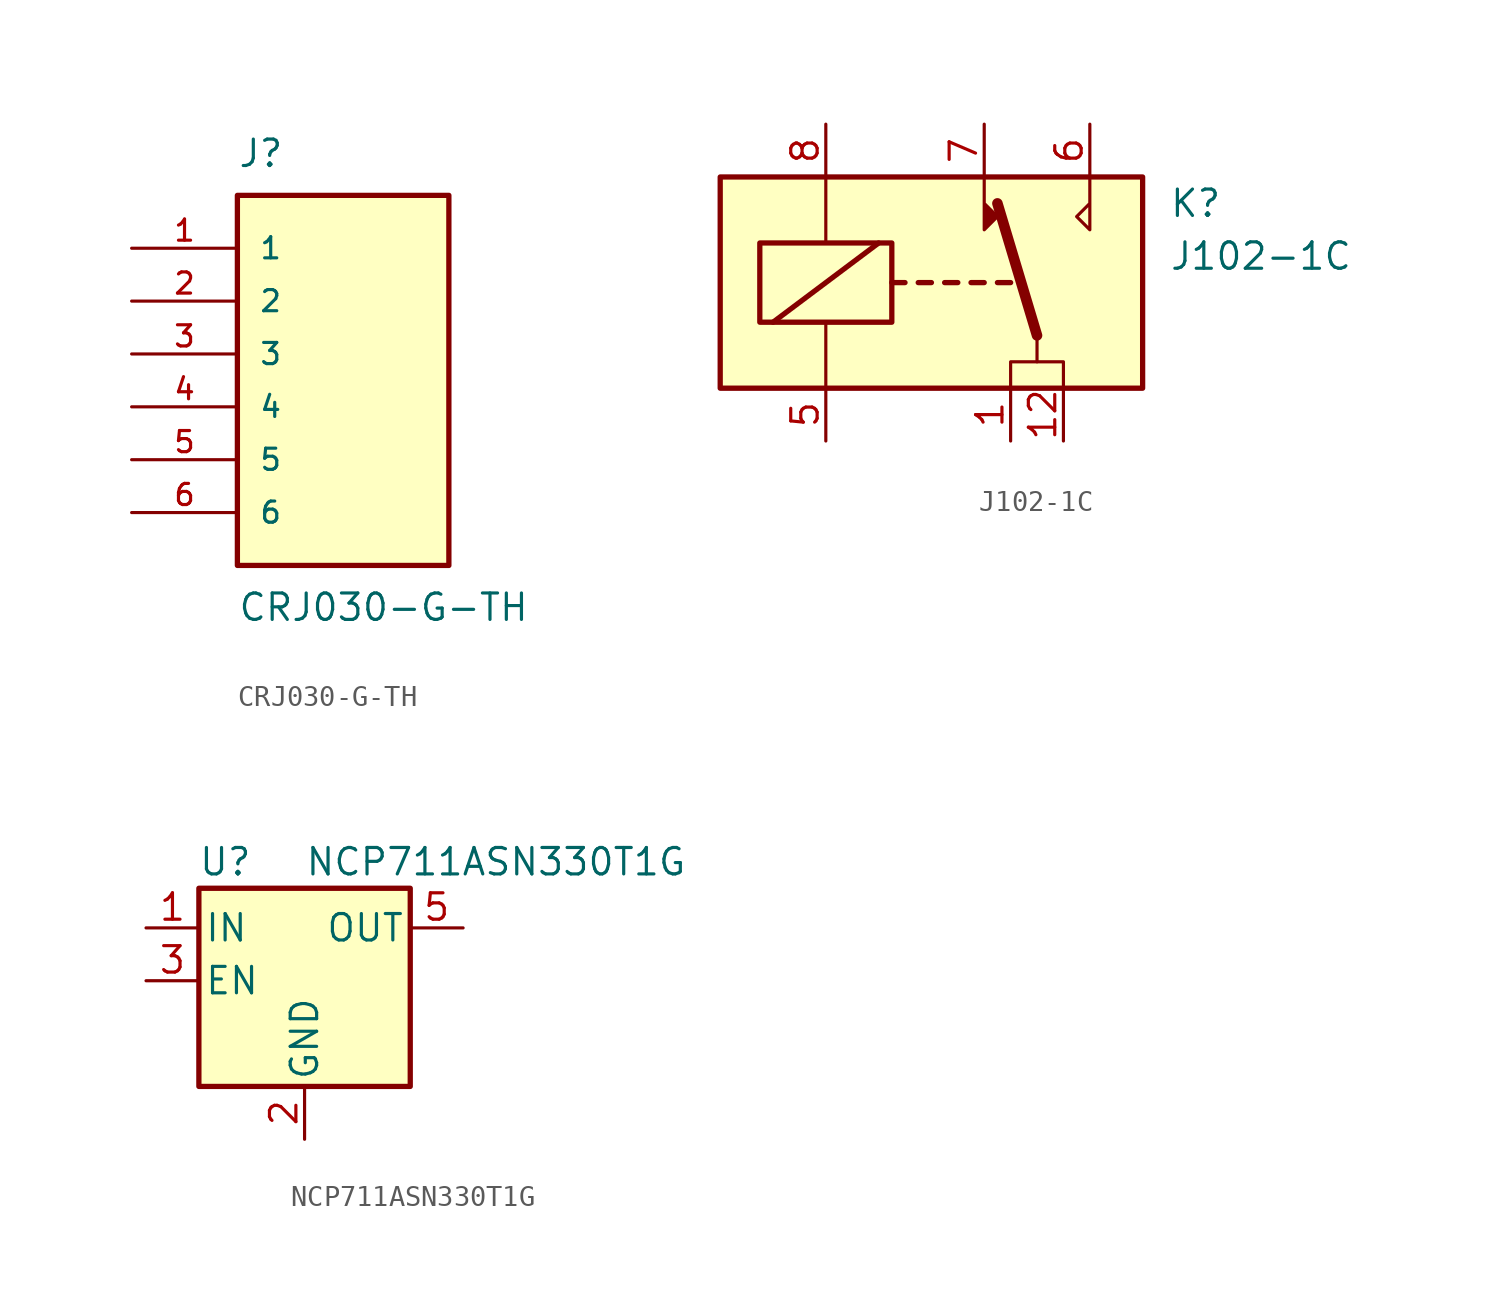
<source format=kicad_sym>
(kicad_symbol_lib
  (version 20231120)
  (generator "kicad_symbol_editor")
  (generator_version "8.0")
  (symbol "CRJ030-G-TH"
    (pin_names
      (offset 1.016))
    (property "Reference" "J"
      (at -5.08 8.89 0)
      (effects (font (size 1.27 1.27)) (justify left bottom)))
    (property "Value" "CRJ030-G-TH"
      (at -5.08 -11.43 0)
      (effects (font (size 1.27 1.27)) (justify left top)))
    (symbol "CRJ030-G-TH_0_0"
      (rectangle (start -5.08 -10.16) (end 5.08 7.62) (stroke (width 0.254) (type default)) (fill (type background)))
      (pin passive line (at -10.16 5.08 0) (length 5.08) (name "1" (effects (font (size 1.016 1.016)))) (number "1" (effects (font (size 1.016 1.016)))))
      (pin passive line (at -10.16 2.54 0) (length 5.08) (name "2" (effects (font (size 1.016 1.016)))) (number "2" (effects (font (size 1.016 1.016)))))
      (pin passive line (at -10.16 0 0) (length 5.08) (name "3" (effects (font (size 1.016 1.016)))) (number "3" (effects (font (size 1.016 1.016)))))
      (pin passive line (at -10.16 -2.54 0) (length 5.08) (name "4" (effects (font (size 1.016 1.016)))) (number "4" (effects (font (size 1.016 1.016)))))
      (pin passive line (at -10.16 -5.08 0) (length 5.08) (name "5" (effects (font (size 1.016 1.016)))) (number "5" (effects (font (size 1.016 1.016)))))
      (pin passive line (at -10.16 -7.62 0) (length 5.08) (name "6" (effects (font (size 1.016 1.016)))) (number "6" (effects (font (size 1.016 1.016)))))))
  (symbol "J102-1C"
    (property "Reference" "K"
      (at 11.43 3.81 0)
      (effects (font (size 1.27 1.27)) (justify left)))
    (property "Value" "J102-1C"
      (at 11.43 1.27 0)
      (effects (font (size 1.27 1.27)) (justify left)))
    (symbol "J102-1C_0_0"
      (polyline (pts (xy 7.62 5.08) (xy 7.62 2.54) (xy 6.985 3.175) (xy 7.62 3.81)) (stroke (width 0) (type default)) (fill (type none))))
    (symbol "J102-1C_0_1"
      (rectangle (start -10.16 5.08) (end 10.16 -5.08) (stroke (width 0.254) (type default)) (fill (type background)))
      (rectangle (start -8.255 1.905) (end -1.905 -1.905) (stroke (width 0.254) (type default)) (fill (type none)))
      (polyline (pts (xy -7.62 -1.905) (xy -2.54 1.905)) (stroke (width 0.254) (type default)) (fill (type none)))
      (polyline (pts (xy -5.08 -5.08) (xy -5.08 -1.905)) (stroke (width 0) (type default)) (fill (type none)))
      (polyline (pts (xy -5.08 5.08) (xy -5.08 1.905)) (stroke (width 0) (type default)) (fill (type none)))
      (polyline (pts (xy -1.905 0) (xy -1.27 0)) (stroke (width 0.254) (type default)) (fill (type none)))
      (polyline (pts (xy -0.635 0) (xy 0 0)) (stroke (width 0.254) (type default)) (fill (type none)))
      (polyline (pts (xy 0.635 0) (xy 1.27 0)) (stroke (width 0.254) (type default)) (fill (type none)))
      (polyline (pts (xy 1.905 0) (xy 2.54 0)) (stroke (width 0.254) (type default)) (fill (type none)))
      (polyline (pts (xy 3.175 0) (xy 3.81 0)) (stroke (width 0.254) (type default)) (fill (type none)))
      (polyline (pts (xy 5.08 -2.54) (xy 3.175 3.81)) (stroke (width 0.508) (type default)) (fill (type none)))
      (polyline (pts (xy 5.08 -2.54) (xy 5.08 -3.81)) (stroke (width 0) (type default)) (fill (type none)))
      (polyline (pts (xy 2.54 5.08) (xy 2.54 2.54) (xy 3.175 3.175) (xy 2.54 3.81)) (stroke (width 0) (type default)) (fill (type outline)))
      (polyline (pts (xy 3.81 -5.08) (xy 3.81 -3.81) (xy 6.35 -3.81) (xy 6.35 -5.08)) (stroke (width 0) (type default)) (fill (type none))))
    (symbol "J102-1C_1_1"
      (pin passive line (at 3.81 -7.62 90) (length 2.54) (name "~" (effects (font (size 1.27 1.27)))) (number "1" (effects (font (size 1.27 1.27)))))
      (pin passive line (at 6.35 -7.62 90) (length 2.54) (name "~" (effects (font (size 1.27 1.27)))) (number "12" (effects (font (size 1.27 1.27)))))
      (pin passive line (at -5.08 -7.62 90) (length 2.54) (name "~" (effects (font (size 1.27 1.27)))) (number "5" (effects (font (size 1.27 1.27)))))
      (pin passive line (at 7.62 7.62 270) (length 2.54) (name "~" (effects (font (size 1.27 1.27)))) (number "6" (effects (font (size 1.27 1.27)))))
      (pin passive line (at 2.54 7.62 270) (length 2.54) (name "~" (effects (font (size 1.27 1.27)))) (number "7" (effects (font (size 1.27 1.27)))))
      (pin passive line (at -5.08 7.62 270) (length 2.54) (name "~" (effects (font (size 1.27 1.27)))) (number "8" (effects (font (size 1.27 1.27)))))))
  (symbol "NCP711ASN330T1G"
    (pin_names
      (offset 0.254))
    (property "Reference" "U"
      (at -3.81 5.715 0)
      (effects (font (size 1.27 1.27))))
    (property "Value" "NCP711ASN330T1G"
      (at 0 5.715 0)
      (effects (font (size 1.27 1.27)) (justify left)))
    (symbol "NCP711ASN330T1G_0_1"
      (rectangle (start -5.08 4.445) (end 5.08 -5.08) (stroke (width 0.254) (type default)) (fill (type background))))
    (symbol "NCP711ASN330T1G_1_1"
      (pin power_in line (at -7.62 2.54 0) (length 2.54) (name "IN" (effects (font (size 1.27 1.27)))) (number "1" (effects (font (size 1.27 1.27)))))
      (pin power_in line (at 0 -7.62 90) (length 2.54) (name "GND" (effects (font (size 1.27 1.27)))) (number "2" (effects (font (size 1.27 1.27)))))
      (pin input line (at -7.62 0 0) (length 2.54) (name "EN" (effects (font (size 1.27 1.27)))) (number "3" (effects (font (size 1.27 1.27)))))
      (pin no_connect line (at 5.08 0 180) (length 2.54) hide (name "NC" (effects (font (size 1.27 1.27)))) (number "4" (effects (font (size 1.27 1.27)))))
      (pin power_out line (at 7.62 2.54 180) (length 2.54) (name "OUT" (effects (font (size 1.27 1.27)))) (number "5" (effects (font (size 1.27 1.27))))))))
</source>
